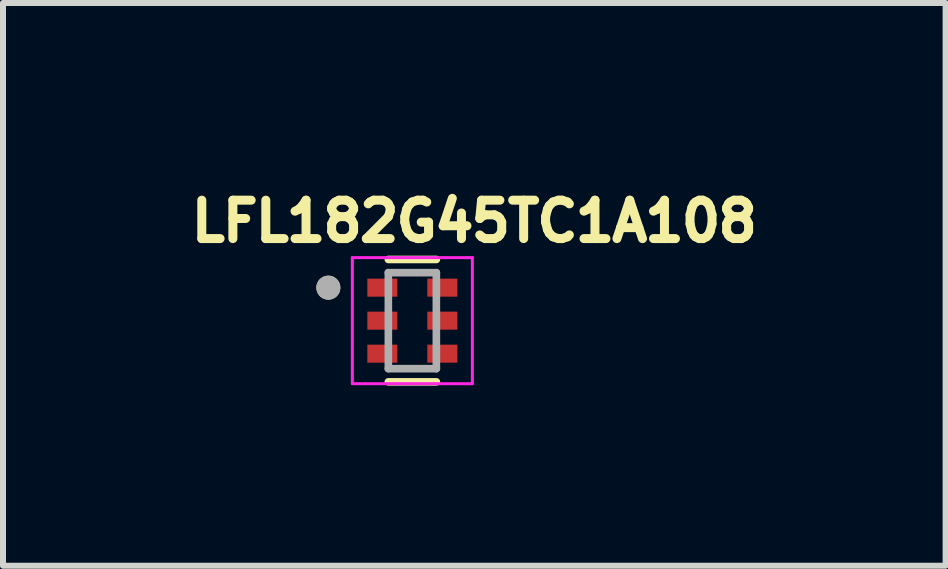
<source format=kicad_pcb>
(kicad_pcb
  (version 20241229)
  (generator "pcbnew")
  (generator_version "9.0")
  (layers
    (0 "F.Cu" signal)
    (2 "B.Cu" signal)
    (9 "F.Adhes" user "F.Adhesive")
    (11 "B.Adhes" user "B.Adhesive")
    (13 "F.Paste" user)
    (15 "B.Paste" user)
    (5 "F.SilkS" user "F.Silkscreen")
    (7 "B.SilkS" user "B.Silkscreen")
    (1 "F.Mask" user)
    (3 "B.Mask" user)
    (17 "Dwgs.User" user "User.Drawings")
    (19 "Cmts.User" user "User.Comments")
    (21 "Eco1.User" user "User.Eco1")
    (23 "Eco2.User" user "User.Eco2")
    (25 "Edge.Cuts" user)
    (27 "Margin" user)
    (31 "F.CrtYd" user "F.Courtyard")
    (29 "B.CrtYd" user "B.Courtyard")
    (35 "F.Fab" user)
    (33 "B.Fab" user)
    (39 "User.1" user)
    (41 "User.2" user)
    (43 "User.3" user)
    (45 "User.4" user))
  (footprint "LFL182G45TC1A108"
    (layer "F.Cu")
    (at 3.822 2.294)
    (property "Reference" "LFL182G45TC1A108" (at 1.032 -1.656 0) (layer "F.SilkS") (effects (font (size 0.64 0.64) (thickness 0.15))))
    (attr smd)
    (fp_line (start -0.4 1.02) (end 0.4 1.02) (stroke (width 0.127) (type solid)) (layer "F.SilkS"))
    (fp_line (start 0.4 -1.02) (end -0.4 -1.02) (stroke (width 0.127) (type solid)) (layer "F.SilkS"))
    (fp_circle (center -1.4 -0.55) (end -1.3 -0.55) (stroke (width 0.2) (type solid)) (fill no) (layer "F.SilkS"))
    (fp_line (start -1 -1.05) (end -1 1.05) (stroke (width 0.05) (type solid)) (layer "F.CrtYd"))
    (fp_line (start -1 1.05) (end 1 1.05) (stroke (width 0.05) (type solid)) (layer "F.CrtYd"))
    (fp_line (start 1 -1.05) (end -1 -1.05) (stroke (width 0.05) (type solid)) (layer "F.CrtYd"))
    (fp_line (start 1 1.05) (end 1 -1.05) (stroke (width 0.05) (type solid)) (layer "F.CrtYd"))
    (fp_line (start -0.4 -0.8) (end -0.4 0.8) (stroke (width 0.127) (type solid)) (layer "F.Fab"))
    (fp_line (start -0.4 0.8) (end 0.4 0.8) (stroke (width 0.127) (type solid)) (layer "F.Fab"))
    (fp_line (start 0.4 -0.8) (end -0.4 -0.8) (stroke (width 0.127) (type solid)) (layer "F.Fab"))
    (fp_line (start 0.4 0.8) (end 0.4 -0.8) (stroke (width 0.127) (type solid)) (layer "F.Fab"))
    (fp_circle (center -1.4 -0.55) (end -1.3 -0.55) (stroke (width 0.2) (type solid)) (fill no) (layer "F.Fab"))
    (pad "1" smd rect (at -0.5 -0.55) (size 0.5 0.3) (layers "F.Cu" "F.Mask" "F.Paste"))
    (pad "2" smd rect (at -0.5 0) (size 0.5 0.3) (layers "F.Cu" "F.Mask" "F.Paste"))
    (pad "3" smd rect (at -0.5 0.55) (size 0.5 0.3) (layers "F.Cu" "F.Mask" "F.Paste"))
    (pad "4" smd rect (at 0.5 0.55) (size 0.5 0.3) (layers "F.Cu" "F.Mask" "F.Paste"))
    (pad "5" smd rect (at 0.5 0) (size 0.5 0.3) (layers "F.Cu" "F.Mask" "F.Paste"))
    (pad "6" smd rect (at 0.5 -0.55) (size 0.5 0.3) (layers "F.Cu" "F.Mask" "F.Paste")))
  (gr_rect
    (start -3 -3)
    (end 12.709 6.378)
    (stroke (width 0.1) (type default))
    (fill no)
    (layer "Edge.Cuts")))
</source>
